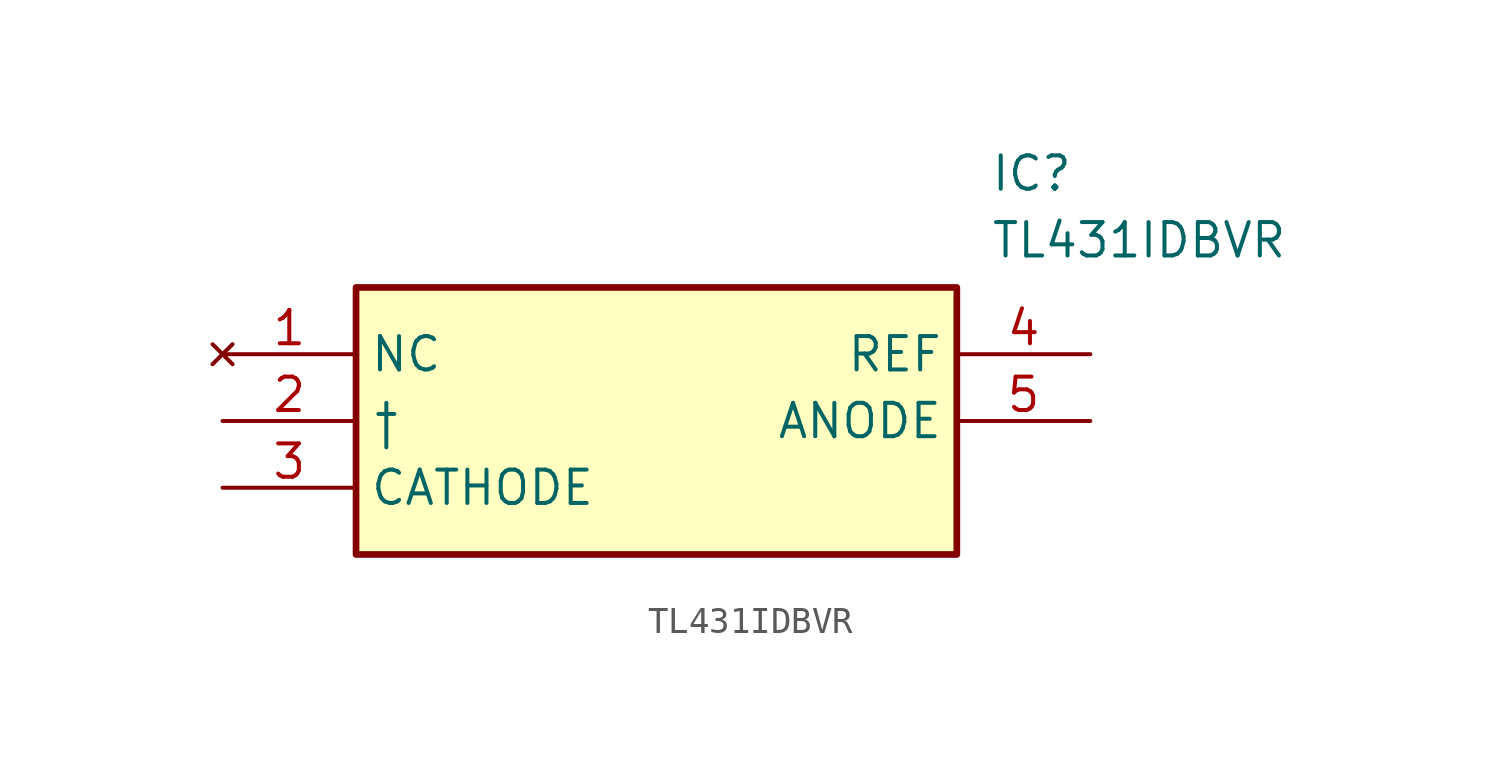
<source format=kicad_sym>
(kicad_symbol_lib
  (version 20241209)
  (generator "kicad_symbol_editor")
  (generator_version "9.0")
  (symbol "TL431IDBVR"
    (property "Reference" "IC"
      (at 29.21 7.62 0)
      (effects (font (size 1.27 1.27)) (justify left top)))
    (property "Value" "TL431IDBVR"
      (at 29.21 5.08 0)
      (effects (font (size 1.27 1.27)) (justify left top)))
    (symbol "TL431IDBVR_1_1"
      (rectangle (start 5.08 2.54) (end 27.94 -7.62) (stroke (width 0.254) (type default)) (fill (type background)))
      (pin no_connect line (at 0 0 0) (length 5.08) (name "NC" (effects (font (size 1.27 1.27)))) (number "1" (effects (font (size 1.27 1.27)))))
      (pin passive line (at 0 -2.54 0) (length 5.08) (name "†" (effects (font (size 1.27 1.27)))) (number "2" (effects (font (size 1.27 1.27)))))
      (pin passive line (at 0 -5.08 0) (length 5.08) (name "CATHODE" (effects (font (size 1.27 1.27)))) (number "3" (effects (font (size 1.27 1.27)))))
      (pin passive line (at 33.02 0 180) (length 5.08) (name "REF" (effects (font (size 1.27 1.27)))) (number "4" (effects (font (size 1.27 1.27)))))
      (pin passive line (at 33.02 -2.54 180) (length 5.08) (name "ANODE" (effects (font (size 1.27 1.27)))) (number "5" (effects (font (size 1.27 1.27))))))))
</source>
